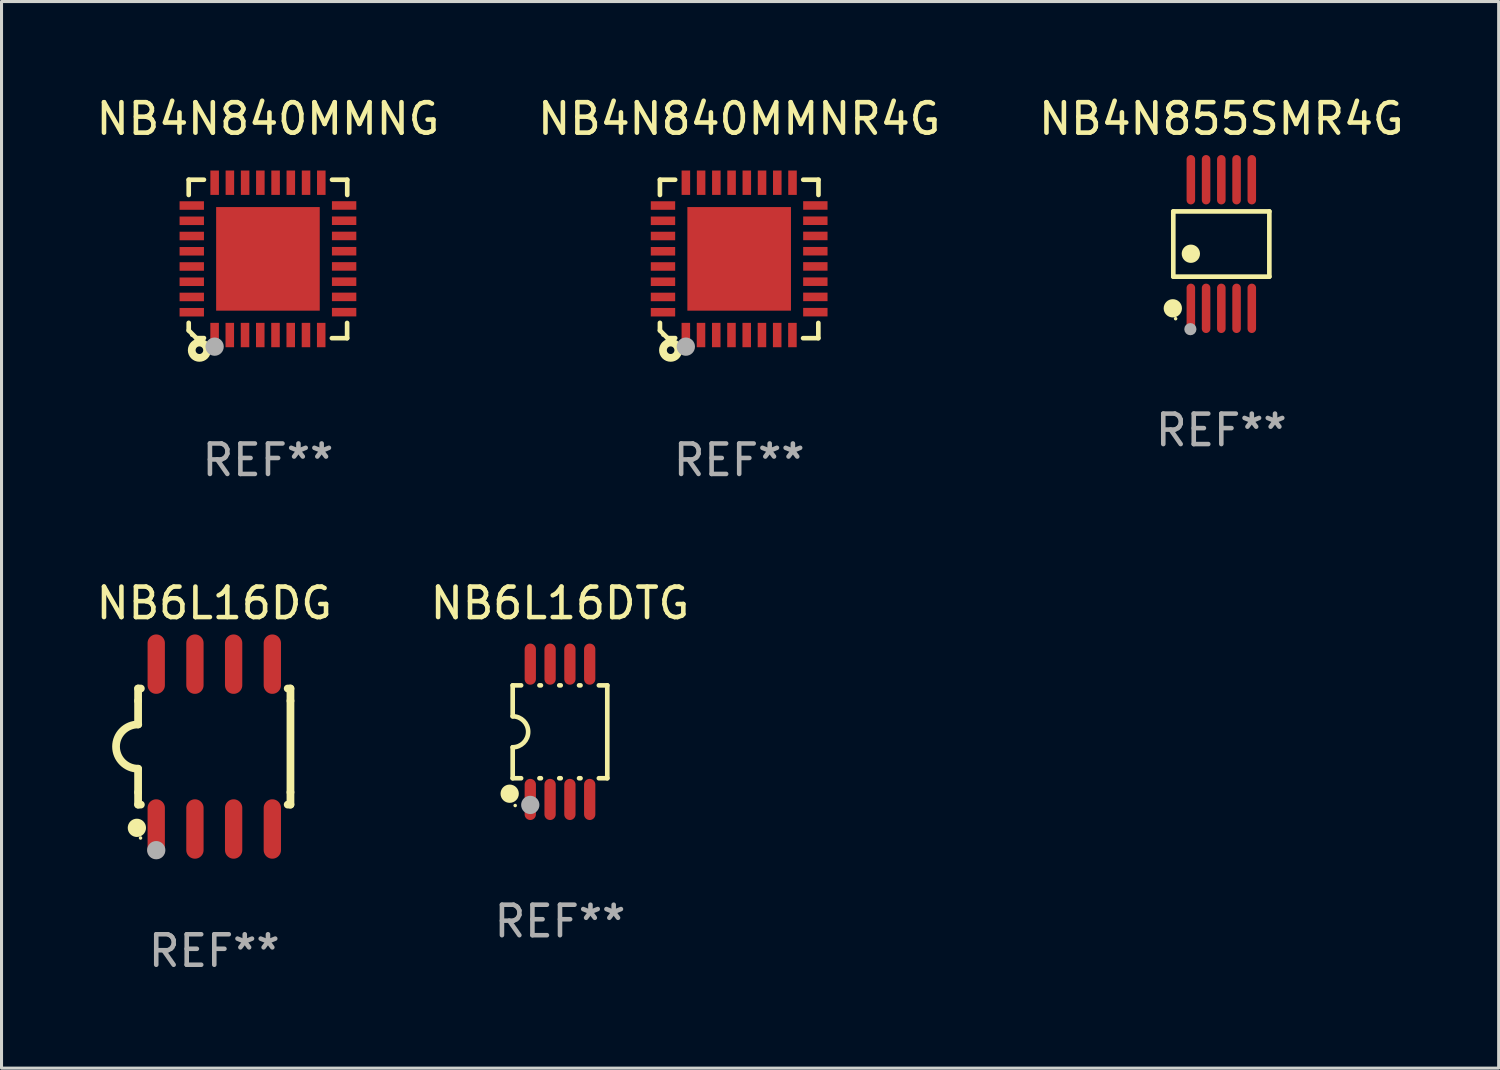
<source format=kicad_pcb>
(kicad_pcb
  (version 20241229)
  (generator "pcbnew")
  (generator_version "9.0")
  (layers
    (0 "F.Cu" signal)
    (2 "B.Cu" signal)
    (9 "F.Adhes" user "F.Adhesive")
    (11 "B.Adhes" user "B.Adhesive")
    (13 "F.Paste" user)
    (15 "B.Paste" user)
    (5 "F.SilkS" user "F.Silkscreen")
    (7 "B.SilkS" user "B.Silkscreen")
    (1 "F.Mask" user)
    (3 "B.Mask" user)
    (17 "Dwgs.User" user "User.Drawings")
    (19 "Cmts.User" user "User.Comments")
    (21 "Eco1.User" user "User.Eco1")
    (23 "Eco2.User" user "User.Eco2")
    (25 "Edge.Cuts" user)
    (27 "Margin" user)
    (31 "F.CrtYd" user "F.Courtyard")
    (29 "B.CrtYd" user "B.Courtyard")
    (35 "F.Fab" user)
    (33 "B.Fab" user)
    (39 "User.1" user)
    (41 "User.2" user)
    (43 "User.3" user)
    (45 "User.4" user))
  (footprint "NB4N855SMR4G"
    (layer "F.Cu")
    (at 37.03 4.958)
    (property "Reference" "NB4N855SMR4G" (at 0 -4.11 0) (layer "F.SilkS") (effects (font (size 1 1) (thickness 0.15))))
    (attr through_hole)
    (fp_line (start -1.576 -1.071) (end 1.576 -1.071) (stroke (width 0.152) (type solid)) (layer "F.SilkS"))
    (fp_line (start -1.576 1.071) (end -1.576 -1.071) (stroke (width 0.152) (type solid)) (layer "F.SilkS"))
    (fp_line (start 1.576 -1.071) (end 1.576 1.071) (stroke (width 0.152) (type solid)) (layer "F.SilkS"))
    (fp_line (start 1.576 1.071) (end -1.576 1.071) (stroke (width 0.152) (type solid)) (layer "F.SilkS"))
    (fp_circle (center -1.592 2.11) (end -1.442 2.11) (stroke (width 0.3) (type solid)) (fill no) (layer "F.SilkS"))
    (fp_circle (center -1.5 2.45) (end -1.47 2.45) (stroke (width 0.06) (type solid)) (fill no) (layer "F.SilkS"))
    (fp_circle (center -1 0.319) (end -0.85 0.319) (stroke (width 0.3) (type solid)) (fill no) (layer "F.SilkS"))
    (fp_circle (center -1.016 2.794) (end -0.916 2.794) (stroke (width 0.2) (type solid)) (fill no) (layer "F.Fab"))
    (fp_text user "REF**" (at 0 6.11 0) (layer "F.Fab") (effects (font (size 1 1) (thickness 0.15))))
    (pad "1" smd oval (at -1 2.11) (size 0.28 1.62) (layers "F.Cu" "F.Mask" "F.Paste"))
    (pad "2" smd oval (at -0.5 2.11) (size 0.28 1.62) (layers "F.Cu" "F.Mask" "F.Paste"))
    (pad "3" smd oval (at 0 2.11) (size 0.28 1.62) (layers "F.Cu" "F.Mask" "F.Paste"))
    (pad "4" smd oval (at 0.5 2.11) (size 0.28 1.62) (layers "F.Cu" "F.Mask" "F.Paste"))
    (pad "5" smd oval (at 1 2.11) (size 0.28 1.62) (layers "F.Cu" "F.Mask" "F.Paste"))
    (pad "6" smd oval (at 1 -2.11) (size 0.28 1.62) (layers "F.Cu" "F.Mask" "F.Paste"))
    (pad "7" smd oval (at 0.5 -2.11) (size 0.28 1.62) (layers "F.Cu" "F.Mask" "F.Paste"))
    (pad "8" smd oval (at 0 -2.11) (size 0.28 1.62) (layers "F.Cu" "F.Mask" "F.Paste"))
    (pad "9" smd oval (at -0.5 -2.11) (size 0.28 1.62) (layers "F.Cu" "F.Mask" "F.Paste"))
    (pad "10" smd oval (at -1 -2.11) (size 0.28 1.62) (layers "F.Cu" "F.Mask" "F.Paste")))
  (footprint "NB6L16DTG"
    (layer "F.Cu")
    (at 15.327 20.965)
    (property "Reference" "NB6L16DTG" (at 0 -4.22 0) (layer "F.SilkS") (effects (font (size 1 1) (thickness 0.15))))
    (attr through_hole)
    (fp_line (start -1.552 -1.524) (end -1.276 -1.524) (stroke (width 0.152) (type solid)) (layer "F.SilkS"))
    (fp_line (start -1.552 -0.508) (end -1.552 -1.524) (stroke (width 0.152) (type solid)) (layer "F.SilkS"))
    (fp_line (start -1.552 1.524) (end -1.552 0.508) (stroke (width 0.152) (type solid)) (layer "F.SilkS"))
    (fp_line (start -1.552 1.524) (end -1.276 1.524) (stroke (width 0.152) (type solid)) (layer "F.SilkS"))
    (fp_line (start -0.674 -1.524) (end -0.626 -1.524) (stroke (width 0.152) (type solid)) (layer "F.SilkS"))
    (fp_line (start -0.674 1.524) (end -0.626 1.524) (stroke (width 0.152) (type solid)) (layer "F.SilkS"))
    (fp_line (start -0.024 -1.524) (end 0.024 -1.524) (stroke (width 0.152) (type solid)) (layer "F.SilkS"))
    (fp_line (start -0.024 1.524) (end 0.024 1.524) (stroke (width 0.152) (type solid)) (layer "F.SilkS"))
    (fp_line (start 0.626 -1.524) (end 0.674 -1.524) (stroke (width 0.152) (type solid)) (layer "F.SilkS"))
    (fp_line (start 0.626 1.524) (end 0.674 1.524) (stroke (width 0.152) (type solid)) (layer "F.SilkS"))
    (fp_line (start 1.276 1.524) (end 1.552 1.524) (stroke (width 0.152) (type solid)) (layer "F.SilkS"))
    (fp_line (start 1.276 -1.524) (end 1.552 -1.524) (stroke (width 0.152) (type solid)) (layer "F.SilkS"))
    (fp_line (start 1.552 -1.524) (end 1.552 1.524) (stroke (width 0.152) (type solid)) (layer "F.SilkS"))
    (fp_arc (start -1.551943 -0.508001) (mid -1.043942 0) (end -1.551943 0.508001) (stroke (width 0.151994) (type solid)) (layer "F.SilkS"))
    (fp_circle (center -1.651 2.032) (end -1.501 2.032) (stroke (width 0.3) (type solid)) (fill no) (layer "F.SilkS"))
    (fp_circle (center -1.47 2.42) (end -1.44 2.42) (stroke (width 0.06) (type solid)) (fill no) (layer "F.SilkS"))
    (fp_circle (center -0.975 2.4) (end -0.825 2.4) (stroke (width 0.3) (type solid)) (fill no) (layer "F.Fab"))
    (fp_text user "REF**" (at 0 6.22 0) (layer "F.Fab") (effects (font (size 1 1) (thickness 0.15))))
    (pad "1" smd oval (at -0.975 2.22) (size 0.37 1.35) (layers "F.Cu" "F.Mask" "F.Paste"))
    (pad "2" smd oval (at -0.325 2.22) (size 0.37 1.35) (layers "F.Cu" "F.Mask" "F.Paste"))
    (pad "3" smd oval (at 0.325 2.22) (size 0.37 1.35) (layers "F.Cu" "F.Mask" "F.Paste"))
    (pad "4" smd oval (at 0.975 2.22) (size 0.37 1.35) (layers "F.Cu" "F.Mask" "F.Paste"))
    (pad "5" smd oval (at 0.975 -2.22) (size 0.37 1.35) (layers "F.Cu" "F.Mask" "F.Paste"))
    (pad "6" smd oval (at 0.325 -2.22) (size 0.37 1.35) (layers "F.Cu" "F.Mask" "F.Paste"))
    (pad "7" smd oval (at -0.325 -2.22) (size 0.37 1.35) (layers "F.Cu" "F.Mask" "F.Paste"))
    (pad "8" smd oval (at -0.975 -2.22) (size 0.37 1.35) (layers "F.Cu" "F.Mask" "F.Paste")))
  (footprint "NB4N840MMNR4G"
    (layer "F.Cu")
    (at 21.208 5.448)
    (property "Reference" "NB4N840MMNR4G" (at 0 -4.6 0) (layer "F.SilkS") (effects (font (size 1 1) (thickness 0.15))))
    (attr through_hole)
    (fp_line (start -2.601 2.097) (end -2.601 2.347) (stroke (width 0.152) (type solid)) (layer "F.SilkS"))
    (fp_line (start -2.601 2.347) (end -2.351 2.597) (stroke (width 0.152) (type solid)) (layer "F.SilkS"))
    (fp_line (start -2.601 -2.6) (end -2.601 -2.1) (stroke (width 0.152) (type solid)) (layer "F.SilkS"))
    (fp_line (start -2.601 -2.6) (end -2.101 -2.6) (stroke (width 0.152) (type solid)) (layer "F.SilkS"))
    (fp_line (start -2.351 2.597) (end -2.101 2.597) (stroke (width 0.152) (type solid)) (layer "F.SilkS"))
    (fp_line (start 2.597 2.6) (end 2.097 2.6) (stroke (width 0.152) (type solid)) (layer "F.SilkS"))
    (fp_line (start 2.597 2.6) (end 2.597 2.1) (stroke (width 0.152) (type solid)) (layer "F.SilkS"))
    (fp_line (start 2.601 -2.6) (end 2.101 -2.6) (stroke (width 0.152) (type solid)) (layer "F.SilkS"))
    (fp_line (start 2.601 -2.6) (end 2.601 -2.1) (stroke (width 0.152) (type solid)) (layer "F.SilkS"))
    (fp_circle (center -2.501 2.497) (end -2.471 2.497) (stroke (width 0.06) (type solid)) (fill no) (layer "F.SilkS"))
    (fp_circle (center -2.25 2.995) (end -2.125 2.995) (stroke (width 0.254) (type solid)) (fill no) (layer "F.SilkS"))
    (fp_circle (center -1.751 2.878) (end -1.601 2.878) (stroke (width 0.3) (type solid)) (fill no) (layer "F.Fab"))
    (fp_text user "REF**" (at 0 6.6 0) (layer "F.Fab") (effects (font (size 1 1) (thickness 0.15))))
    (pad "1" smd rect (at -1.751 2.497) (size 0.28 0.8) (layers "F.Cu" "F.Mask" "F.Paste"))
    (pad "2" smd rect (at -1.253 2.497) (size 0.28 0.8) (layers "F.Cu" "F.Mask" "F.Paste"))
    (pad "3" smd rect (at -0.753 2.497) (size 0.28 0.8) (layers "F.Cu" "F.Mask" "F.Paste"))
    (pad "4" smd rect (at -0.253 2.497) (size 0.28 0.8) (layers "F.Cu" "F.Mask" "F.Paste"))
    (pad "5" smd rect (at 0.247 2.497) (size 0.28 0.8) (layers "F.Cu" "F.Mask" "F.Paste"))
    (pad "6" smd rect (at 0.747 2.497) (size 0.28 0.8) (layers "F.Cu" "F.Mask" "F.Paste"))
    (pad "7" smd rect (at 1.247 2.497) (size 0.28 0.8) (layers "F.Cu" "F.Mask" "F.Paste"))
    (pad "8" smd rect (at 1.747 2.497) (size 0.28 0.8) (layers "F.Cu" "F.Mask" "F.Paste"))
    (pad "9" smd rect (at 2.499 1.746) (size 0.8 0.28) (layers "F.Cu" "F.Mask" "F.Paste"))
    (pad "10" smd rect (at 2.499 1.245) (size 0.8 0.28) (layers "F.Cu" "F.Mask" "F.Paste"))
    (pad "11" smd rect (at 2.499 0.746) (size 0.8 0.28) (layers "F.Cu" "F.Mask" "F.Paste"))
    (pad "12" smd rect (at 2.499 0.245) (size 0.8 0.28) (layers "F.Cu" "F.Mask" "F.Paste"))
    (pad "13" smd rect (at 2.499 -0.254) (size 0.8 0.28) (layers "F.Cu" "F.Mask" "F.Paste"))
    (pad "14" smd rect (at 2.499 -0.755) (size 0.8 0.28) (layers "F.Cu" "F.Mask" "F.Paste"))
    (pad "15" smd rect (at 2.499 -1.254) (size 0.8 0.28) (layers "F.Cu" "F.Mask" "F.Paste"))
    (pad "16" smd rect (at 2.499 -1.755) (size 0.8 0.28) (layers "F.Cu" "F.Mask" "F.Paste"))
    (pad "17" smd rect (at 1.75 -2.502) (size 0.28 0.8) (layers "F.Cu" "F.Mask" "F.Paste"))
    (pad "18" smd rect (at 1.25 -2.502) (size 0.28 0.8) (layers "F.Cu" "F.Mask" "F.Paste"))
    (pad "19" smd rect (at 0.75 -2.502) (size 0.28 0.8) (layers "F.Cu" "F.Mask" "F.Paste"))
    (pad "20" smd rect (at 0.25 -2.502) (size 0.28 0.8) (layers "F.Cu" "F.Mask" "F.Paste"))
    (pad "21" smd rect (at -0.25 -2.502) (size 0.28 0.8) (layers "F.Cu" "F.Mask" "F.Paste"))
    (pad "22" smd rect (at -0.75 -2.502) (size 0.28 0.8) (layers "F.Cu" "F.Mask" "F.Paste"))
    (pad "23" smd rect (at -1.25 -2.502) (size 0.28 0.8) (layers "F.Cu" "F.Mask" "F.Paste"))
    (pad "24" smd rect (at -1.75 -2.502) (size 0.28 0.8) (layers "F.Cu" "F.Mask" "F.Paste"))
    (pad "25" smd rect (at -2.501 -1.753) (size 0.8 0.28) (layers "F.Cu" "F.Mask" "F.Paste"))
    (pad "26" smd rect (at -2.501 -1.252) (size 0.8 0.28) (layers "F.Cu" "F.Mask" "F.Paste"))
    (pad "27" smd rect (at -2.501 -0.753) (size 0.8 0.28) (layers "F.Cu" "F.Mask" "F.Paste"))
    (pad "28" smd rect (at -2.501 -0.252) (size 0.8 0.28) (layers "F.Cu" "F.Mask" "F.Paste"))
    (pad "29" smd rect (at -2.501 0.247) (size 0.8 0.28) (layers "F.Cu" "F.Mask" "F.Paste"))
    (pad "30" smd rect (at -2.501 0.748) (size 0.8 0.28) (layers "F.Cu" "F.Mask" "F.Paste"))
    (pad "31" smd rect (at -2.501 1.247) (size 0.8 0.28) (layers "F.Cu" "F.Mask" "F.Paste"))
    (pad "32" smd rect (at -2.501 1.748) (size 0.8 0.28) (layers "F.Cu" "F.Mask" "F.Paste"))
    (pad "33" smd rect (at -0.001 -0.003 180) (size 3.4 3.4) (layers "F.Cu" "F.Mask" "F.Paste")))
  (footprint "NB6L16DG"
    (layer "F.Cu")
    (at 3.982 21.45)
    (property "Reference" "NB6L16DG" (at 0 -4.705 0) (layer "F.SilkS") (effects (font (size 1 1) (thickness 0.15))))
    (attr through_hole)
    (fp_line (start -2.5 -1.905) (end -2.409 -1.905) (stroke (width 0.254) (type solid)) (layer "F.SilkS"))
    (fp_line (start -2.5 -1.5) (end -2.5 -1.905) (stroke (width 0.254) (type solid)) (layer "F.SilkS"))
    (fp_line (start -2.5 -1.5) (end -2.5 -0.726) (stroke (width 0.254) (type solid)) (layer "F.SilkS"))
    (fp_line (start -2.5 1.5) (end -2.5 0.727) (stroke (width 0.254) (type solid)) (layer "F.SilkS"))
    (fp_line (start -2.5 1.5) (end -2.5 1.905) (stroke (width 0.254) (type solid)) (layer "F.SilkS"))
    (fp_line (start -2.5 1.905) (end -2.409 1.905) (stroke (width 0.254) (type solid)) (layer "F.SilkS"))
    (fp_line (start 2.5 -1.905) (end 2.409 -1.905) (stroke (width 0.254) (type solid)) (layer "F.SilkS"))
    (fp_line (start 2.5 -1.5) (end 2.5 -1.905) (stroke (width 0.254) (type solid)) (layer "F.SilkS"))
    (fp_line (start 2.5 -1.5) (end 2.5 1.5) (stroke (width 0.254) (type solid)) (layer "F.SilkS"))
    (fp_line (start 2.5 1.5) (end 2.5 1.905) (stroke (width 0.254) (type solid)) (layer "F.SilkS"))
    (fp_line (start 2.5 1.905) (end 2.409 1.905) (stroke (width 0.254) (type solid)) (layer "F.SilkS"))
    (fp_arc (start -2.5 0.726568) (mid -3.220316 -0.0023) (end -2.495097 -0.726289) (stroke (width 0.254001) (type solid)) (layer "F.SilkS"))
    (fp_circle (center -2.54 2.667) (end -2.39 2.667) (stroke (width 0.3) (type solid)) (fill no) (layer "F.SilkS"))
    (fp_circle (center -2.42 3) (end -2.39 3) (stroke (width 0.06) (type solid)) (fill no) (layer "F.SilkS"))
    (fp_circle (center -1.905 3.4) (end -1.755 3.4) (stroke (width 0.3) (type solid)) (fill no) (layer "F.Fab"))
    (fp_text user "REF**" (at 0 6.705 0) (layer "F.Fab") (effects (font (size 1 1) (thickness 0.15))))
    (pad "1" smd oval (at -1.905 2.705) (size 0.568 1.95) (layers "F.Cu" "F.Mask" "F.Paste"))
    (pad "2" smd oval (at -0.635 2.705) (size 0.568 1.95) (layers "F.Cu" "F.Mask" "F.Paste"))
    (pad "3" smd oval (at 0.635 2.705) (size 0.568 1.95) (layers "F.Cu" "F.Mask" "F.Paste"))
    (pad "4" smd oval (at 1.905 2.705) (size 0.568 1.95) (layers "F.Cu" "F.Mask" "F.Paste"))
    (pad "5" smd oval (at 1.905 -2.705) (size 0.568 1.95) (layers "F.Cu" "F.Mask" "F.Paste"))
    (pad "6" smd oval (at 0.635 -2.705) (size 0.568 1.95) (layers "F.Cu" "F.Mask" "F.Paste"))
    (pad "7" smd oval (at -0.635 -2.705) (size 0.568 1.95) (layers "F.Cu" "F.Mask" "F.Paste"))
    (pad "8" smd oval (at -1.905 -2.705) (size 0.568 1.95) (layers "F.Cu" "F.Mask" "F.Paste")))
  (footprint "NB4N840MMNG"
    (layer "F.Cu")
    (at 5.744 5.448)
    (property "Reference" "NB4N840MMNG" (at 0 -4.6 0) (layer "F.SilkS") (effects (font (size 1 1) (thickness 0.15))))
    (attr through_hole)
    (fp_line (start -2.601 2.097) (end -2.601 2.347) (stroke (width 0.152) (type solid)) (layer "F.SilkS"))
    (fp_line (start -2.601 2.347) (end -2.351 2.597) (stroke (width 0.152) (type solid)) (layer "F.SilkS"))
    (fp_line (start -2.601 -2.6) (end -2.601 -2.1) (stroke (width 0.152) (type solid)) (layer "F.SilkS"))
    (fp_line (start -2.601 -2.6) (end -2.101 -2.6) (stroke (width 0.152) (type solid)) (layer "F.SilkS"))
    (fp_line (start -2.351 2.597) (end -2.101 2.597) (stroke (width 0.152) (type solid)) (layer "F.SilkS"))
    (fp_line (start 2.597 2.6) (end 2.097 2.6) (stroke (width 0.152) (type solid)) (layer "F.SilkS"))
    (fp_line (start 2.597 2.6) (end 2.597 2.1) (stroke (width 0.152) (type solid)) (layer "F.SilkS"))
    (fp_line (start 2.601 -2.6) (end 2.101 -2.6) (stroke (width 0.152) (type solid)) (layer "F.SilkS"))
    (fp_line (start 2.601 -2.6) (end 2.601 -2.1) (stroke (width 0.152) (type solid)) (layer "F.SilkS"))
    (fp_circle (center -2.501 2.497) (end -2.471 2.497) (stroke (width 0.06) (type solid)) (fill no) (layer "F.SilkS"))
    (fp_circle (center -2.25 2.995) (end -2.125 2.995) (stroke (width 0.254) (type solid)) (fill no) (layer "F.SilkS"))
    (fp_circle (center -1.751 2.878) (end -1.601 2.878) (stroke (width 0.3) (type solid)) (fill no) (layer "F.Fab"))
    (fp_text user "REF**" (at 0 6.6 0) (layer "F.Fab") (effects (font (size 1 1) (thickness 0.15))))
    (pad "1" smd rect (at -1.751 2.497) (size 0.28 0.8) (layers "F.Cu" "F.Mask" "F.Paste"))
    (pad "2" smd rect (at -1.253 2.497) (size 0.28 0.8) (layers "F.Cu" "F.Mask" "F.Paste"))
    (pad "3" smd rect (at -0.753 2.497) (size 0.28 0.8) (layers "F.Cu" "F.Mask" "F.Paste"))
    (pad "4" smd rect (at -0.253 2.497) (size 0.28 0.8) (layers "F.Cu" "F.Mask" "F.Paste"))
    (pad "5" smd rect (at 0.247 2.497) (size 0.28 0.8) (layers "F.Cu" "F.Mask" "F.Paste"))
    (pad "6" smd rect (at 0.747 2.497) (size 0.28 0.8) (layers "F.Cu" "F.Mask" "F.Paste"))
    (pad "7" smd rect (at 1.247 2.497) (size 0.28 0.8) (layers "F.Cu" "F.Mask" "F.Paste"))
    (pad "8" smd rect (at 1.747 2.497) (size 0.28 0.8) (layers "F.Cu" "F.Mask" "F.Paste"))
    (pad "9" smd rect (at 2.499 1.746) (size 0.8 0.28) (layers "F.Cu" "F.Mask" "F.Paste"))
    (pad "10" smd rect (at 2.499 1.245) (size 0.8 0.28) (layers "F.Cu" "F.Mask" "F.Paste"))
    (pad "11" smd rect (at 2.499 0.746) (size 0.8 0.28) (layers "F.Cu" "F.Mask" "F.Paste"))
    (pad "12" smd rect (at 2.499 0.245) (size 0.8 0.28) (layers "F.Cu" "F.Mask" "F.Paste"))
    (pad "13" smd rect (at 2.499 -0.254) (size 0.8 0.28) (layers "F.Cu" "F.Mask" "F.Paste"))
    (pad "14" smd rect (at 2.499 -0.755) (size 0.8 0.28) (layers "F.Cu" "F.Mask" "F.Paste"))
    (pad "15" smd rect (at 2.499 -1.254) (size 0.8 0.28) (layers "F.Cu" "F.Mask" "F.Paste"))
    (pad "16" smd rect (at 2.499 -1.755) (size 0.8 0.28) (layers "F.Cu" "F.Mask" "F.Paste"))
    (pad "17" smd rect (at 1.75 -2.502) (size 0.28 0.8) (layers "F.Cu" "F.Mask" "F.Paste"))
    (pad "18" smd rect (at 1.25 -2.502) (size 0.28 0.8) (layers "F.Cu" "F.Mask" "F.Paste"))
    (pad "19" smd rect (at 0.75 -2.502) (size 0.28 0.8) (layers "F.Cu" "F.Mask" "F.Paste"))
    (pad "20" smd rect (at 0.25 -2.502) (size 0.28 0.8) (layers "F.Cu" "F.Mask" "F.Paste"))
    (pad "21" smd rect (at -0.25 -2.502) (size 0.28 0.8) (layers "F.Cu" "F.Mask" "F.Paste"))
    (pad "22" smd rect (at -0.75 -2.502) (size 0.28 0.8) (layers "F.Cu" "F.Mask" "F.Paste"))
    (pad "23" smd rect (at -1.25 -2.502) (size 0.28 0.8) (layers "F.Cu" "F.Mask" "F.Paste"))
    (pad "24" smd rect (at -1.75 -2.502) (size 0.28 0.8) (layers "F.Cu" "F.Mask" "F.Paste"))
    (pad "25" smd rect (at -2.501 -1.753) (size 0.8 0.28) (layers "F.Cu" "F.Mask" "F.Paste"))
    (pad "26" smd rect (at -2.501 -1.252) (size 0.8 0.28) (layers "F.Cu" "F.Mask" "F.Paste"))
    (pad "27" smd rect (at -2.501 -0.753) (size 0.8 0.28) (layers "F.Cu" "F.Mask" "F.Paste"))
    (pad "28" smd rect (at -2.501 -0.252) (size 0.8 0.28) (layers "F.Cu" "F.Mask" "F.Paste"))
    (pad "29" smd rect (at -2.501 0.247) (size 0.8 0.28) (layers "F.Cu" "F.Mask" "F.Paste"))
    (pad "30" smd rect (at -2.501 0.748) (size 0.8 0.28) (layers "F.Cu" "F.Mask" "F.Paste"))
    (pad "31" smd rect (at -2.501 1.247) (size 0.8 0.28) (layers "F.Cu" "F.Mask" "F.Paste"))
    (pad "32" smd rect (at -2.501 1.748) (size 0.8 0.28) (layers "F.Cu" "F.Mask" "F.Paste"))
    (pad "33" smd rect (at -0.001 -0.003 180) (size 3.4 3.4) (layers "F.Cu" "F.Mask" "F.Paste")))
  (gr_rect
    (start -3 -3)
    (end 46.131 32.003)
    (stroke (width 0.1) (type default))
    (fill no)
    (layer "Edge.Cuts")))
</source>
